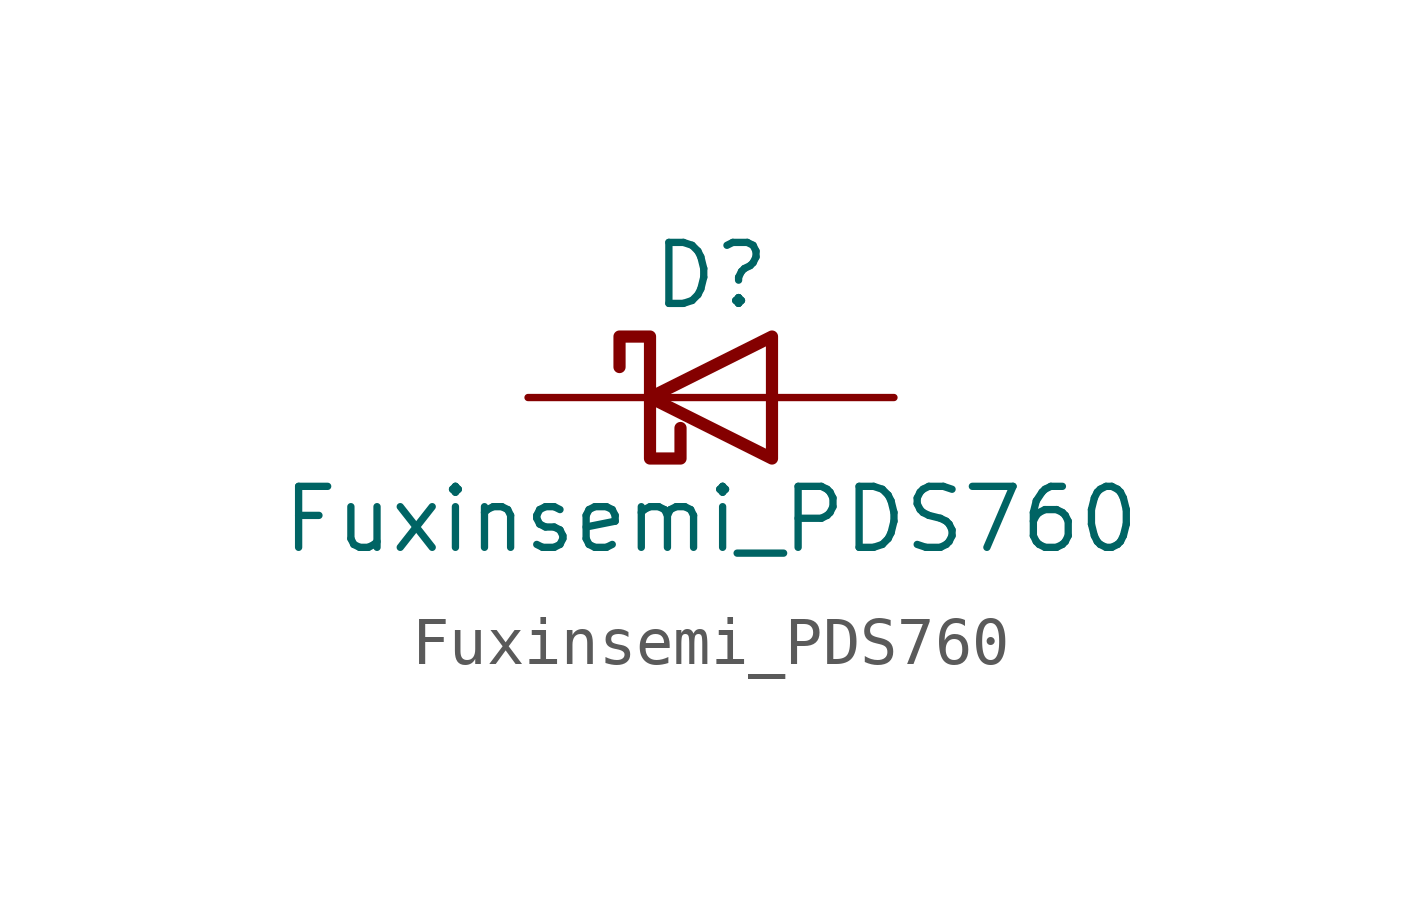
<source format=kicad_sym>
(kicad_symbol_lib
  (version 20241209)
  (generator "kicad_symbol_editor")
  (generator_version "9.0")
  (symbol "Fuxinsemi_PDS760"
    (pin_numbers
      (hide yes))
    (pin_names
      (hide yes))
    (property "Reference" "D"
      (at 0 2.54 0)
      (effects (font (size 1.27 1.27))))
    (property "Value" "Fuxinsemi_PDS760"
      (at 0 -2.54 0)
      (effects (font (size 1.27 1.27))))
    (symbol "Fuxinsemi_PDS760_0_1"
      (polyline (pts (xy -1.905 0.635) (xy -1.905 1.27) (xy -1.27 1.27) (xy -1.27 -1.27) (xy -0.635 -1.27) (xy -0.635 -0.635)) (stroke (width 0.254) (type default)) (fill (type none)))
      (polyline (pts (xy 1.27 1.27) (xy 1.27 -1.27) (xy -1.27 0) (xy 1.27 1.27)) (stroke (width 0.254) (type default)) (fill (type none)))
      (polyline (pts (xy 1.27 0) (xy -1.27 0)) (stroke (width 0) (type default)) (fill (type none))))
    (symbol "Fuxinsemi_PDS760_1_1"
      (pin passive line (at -3.81 0 0) (length 2.54) (name "K" (effects (font (size 1.27 1.27)))) (number "3" (effects (font (size 1.27 1.27)))))
      (pin passive line (at 3.81 0 180) (length 2.54) (name "A" (effects (font (size 1.27 1.27)))) (number "1" (effects (font (size 1.27 1.27)))))
      (pin passive line (at 3.81 0 180) (length 2.54) (hide yes) (name "A" (effects (font (size 1.27 1.27)))) (number "2" (effects (font (size 1.27 1.27))))))))
</source>
